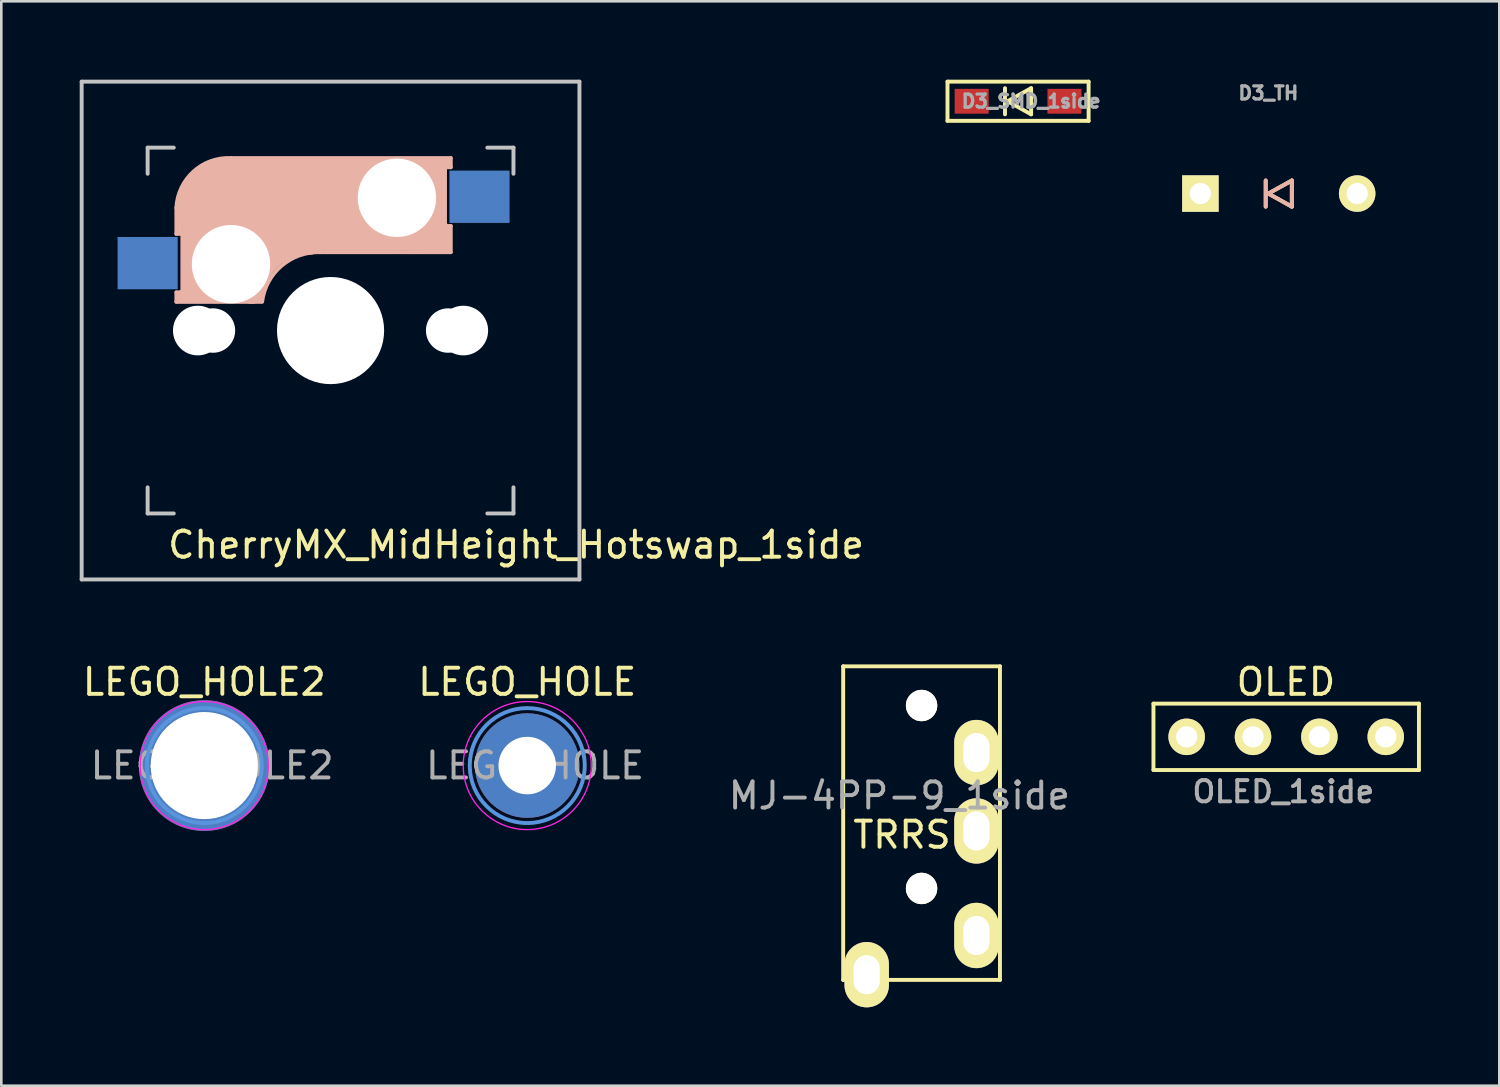
<source format=kicad_pcb>
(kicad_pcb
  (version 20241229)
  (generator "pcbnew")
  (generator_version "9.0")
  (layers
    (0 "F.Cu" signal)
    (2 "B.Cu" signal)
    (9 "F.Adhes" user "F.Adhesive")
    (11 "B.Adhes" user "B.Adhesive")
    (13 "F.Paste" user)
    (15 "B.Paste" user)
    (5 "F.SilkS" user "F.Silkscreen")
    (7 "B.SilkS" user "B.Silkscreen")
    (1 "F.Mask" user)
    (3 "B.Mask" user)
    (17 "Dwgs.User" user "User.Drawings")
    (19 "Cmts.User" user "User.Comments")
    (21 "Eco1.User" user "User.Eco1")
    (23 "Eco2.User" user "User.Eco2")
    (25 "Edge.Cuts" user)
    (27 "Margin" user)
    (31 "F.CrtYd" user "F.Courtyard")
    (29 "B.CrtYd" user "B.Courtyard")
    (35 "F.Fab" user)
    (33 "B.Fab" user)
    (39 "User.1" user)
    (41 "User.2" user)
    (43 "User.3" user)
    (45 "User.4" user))
  (footprint "LEGO_HOLE2"
    (layer "F.Cu")
    (at 4.768 26.248)
    (property "Reference" "LEGO_HOLE2" (at 0 -3.2 0) (layer "F.SilkS") (effects (font (size 1 1) (thickness 0.15))))
    (attr exclude_from_pos_files exclude_from_bom)
    (fp_circle (center 0 0) (end 2.2 0) (stroke (width 0.15) (type solid)) (fill no) (layer "Cmts.User"))
    (fp_circle (center 0 0) (end 2.45 0) (stroke (width 0.05) (type solid)) (fill no) (layer "F.CrtYd"))
    (fp_text user "${REFERENCE}" (at 0.3 0 0) (layer "F.Fab") (effects (font (size 1 1) (thickness 0.15))))
    (pad "" thru_hole circle (at 0 0) (size 5 5) (drill 4.1) (layers "*.Cu" "*.Mask")))
  (footprint "OLED_1side"
    (layer "F.Cu")
    (at 42.362 25.148)
    (property "Reference" "OLED_1side" (at 3.7 2.1 180) (layer "F.Fab") (effects (font (size 0.813 0.813) (thickness 0.15))))
    (attr through_hole)
    (fp_line (start -1.27 -1.27) (end 8.89 -1.27) (stroke (width 0.15) (type solid)) (layer "F.SilkS"))
    (fp_line (start -1.27 1.27) (end -1.27 -1.27) (stroke (width 0.15) (type solid)) (layer "F.SilkS"))
    (fp_line (start -1.27 1.27) (end 8.89 1.27) (stroke (width 0.15) (type solid)) (layer "F.SilkS"))
    (fp_line (start 8.89 -1.27) (end 8.89 1.27) (stroke (width 0.15) (type solid)) (layer "F.SilkS"))
    (fp_text user "OLED" (at 3.8 -2.1 0) (layer "F.SilkS") (effects (font (size 1 1) (thickness 0.15))))
    (pad "1" thru_hole circle (at 0 0) (size 1.397 1.397) (drill 0.813) (layers "*.Cu" "*.Mask" "F.SilkS"))
    (pad "2" thru_hole circle (at 2.54 0) (size 1.397 1.397) (drill 0.813) (layers "*.Cu" "*.Mask" "F.SilkS"))
    (pad "3" thru_hole circle (at 5.08 0) (size 1.397 1.397) (drill 0.813) (layers "*.Cu" "*.Mask" "F.SilkS"))
    (pad "4" thru_hole circle (at 7.62 0) (size 1.397 1.397) (drill 0.813) (layers "*.Cu" "*.Mask" "F.SilkS")))
  (footprint "CherryMX_MidHeight_Hotswap_1side"
    (layer "F.Cu")
    (at 9.6 9.6)
    (property "Reference" "CherryMX_MidHeight_Hotswap_1side" (at 7.1 8.2 0) (layer "F.SilkS") (effects (font (size 1 1) (thickness 0.15))))
    (attr through_hole)
    (fp_line (start -5.9 -4.7) (end -5.9 -3.7) (stroke (width 0.15) (type solid)) (layer "B.SilkS"))
    (fp_line (start -5.9 -3.7) (end -5.7 -3.7) (stroke (width 0.15) (type solid)) (layer "B.SilkS"))
    (fp_line (start -5.9 -1.1) (end -5.9 -1.46) (stroke (width 0.15) (type solid)) (layer "B.SilkS"))
    (fp_line (start -5.9 -1.1) (end -2.62 -1.1) (stroke (width 0.15) (type solid)) (layer "B.SilkS"))
    (fp_line (start -5.8 -3.8) (end -5.8 -4.7) (stroke (width 0.3) (type solid)) (layer "B.SilkS"))
    (fp_line (start -5.7 -1.46) (end -5.9 -1.46) (stroke (width 0.15) (type solid)) (layer "B.SilkS"))
    (fp_line (start -5.7 -1.3) (end -3 -1.3) (stroke (width 0.5) (type solid)) (layer "B.SilkS"))
    (fp_line (start -5.67 -3.7) (end -5.67 -1.46) (stroke (width 0.15) (type solid)) (layer "B.SilkS"))
    (fp_line (start -5.3 -1.6) (end -5.3 -3.4) (stroke (width 0.8) (type solid)) (layer "B.SilkS"))
    (fp_line (start -4.17 -5.1) (end -4.17 -2.86) (stroke (width 3) (type solid)) (layer "B.SilkS"))
    (fp_line (start -0.4 -3) (end 4.6 -3) (stroke (width 0.15) (type solid)) (layer "B.SilkS"))
    (fp_line (start 2.6 -4.8) (end -4.1 -4.8) (stroke (width 3.5) (type solid)) (layer "B.SilkS"))
    (fp_line (start 3.9 -6) (end 3.9 -3.5) (stroke (width 1) (type solid)) (layer "B.SilkS"))
    (fp_line (start 4.3 -3.3) (end 2.9 -3.3) (stroke (width 0.5) (type solid)) (layer "B.SilkS"))
    (fp_line (start 4.38 -4) (end 4.38 -6.25) (stroke (width 0.15) (type solid)) (layer "B.SilkS"))
    (fp_line (start 4.4 -6.4) (end 3 -6.4) (stroke (width 0.4) (type solid)) (layer "B.SilkS"))
    (fp_line (start 4.4 -6.25) (end 4.6 -6.25) (stroke (width 0.15) (type solid)) (layer "B.SilkS"))
    (fp_line (start 4.4 -3.9) (end 4.4 -3.2) (stroke (width 0.4) (type solid)) (layer "B.SilkS"))
    (fp_line (start 4.6 -6.6) (end -3.8 -6.6) (stroke (width 0.15) (type solid)) (layer "B.SilkS"))
    (fp_line (start 4.6 -6.25) (end 4.6 -6.6) (stroke (width 0.15) (type solid)) (layer "B.SilkS"))
    (fp_line (start 4.6 -4) (end 4.4 -4) (stroke (width 0.15) (type solid)) (layer "B.SilkS"))
    (fp_line (start 4.6 -3) (end 4.6 -4) (stroke (width 0.15) (type solid)) (layer "B.SilkS"))
    (fp_arc (start -5.9 -4.7) (mid -5.243503 -6.084924) (end -3.8 -6.6) (stroke (width 0.15) (type solid)) (layer "B.SilkS"))
    (fp_arc (start -3.016318 -1.521471) (mid -2.268709 -2.886118) (end -0.8 -3.4) (stroke (width 1) (type solid)) (layer "B.SilkS"))
    (fp_arc (start -2.616318 -1.12147) (mid -1.868709 -2.486117) (end -0.400001 -3) (stroke (width 0.15) (type solid)) (layer "B.SilkS"))
    (fp_line (start -9.525 -9.525) (end 9.525 -9.525) (stroke (width 0.15) (type solid)) (layer "Dwgs.User"))
    (fp_line (start -9.525 9.525) (end -9.525 -9.525) (stroke (width 0.15) (type solid)) (layer "Dwgs.User"))
    (fp_line (start -7 -7) (end -6 -7) (stroke (width 0.15) (type solid)) (layer "Dwgs.User"))
    (fp_line (start -7 -6) (end -7 -7) (stroke (width 0.15) (type solid)) (layer "Dwgs.User"))
    (fp_line (start -7 6) (end -7 7) (stroke (width 0.15) (type solid)) (layer "Dwgs.User"))
    (fp_line (start -7 7) (end -6 7) (stroke (width 0.15) (type solid)) (layer "Dwgs.User"))
    (fp_line (start 6 7) (end 7 7) (stroke (width 0.15) (type solid)) (layer "Dwgs.User"))
    (fp_line (start 7 -7) (end 6 -7) (stroke (width 0.15) (type solid)) (layer "Dwgs.User"))
    (fp_line (start 7 -7) (end 7 -6) (stroke (width 0.15) (type solid)) (layer "Dwgs.User"))
    (fp_line (start 7 7) (end 7 6) (stroke (width 0.15) (type solid)) (layer "Dwgs.User"))
    (fp_line (start 9.525 -9.525) (end 9.525 9.525) (stroke (width 0.15) (type solid)) (layer "Dwgs.User"))
    (fp_line (start 9.525 9.525) (end -9.525 9.525) (stroke (width 0.15) (type solid)) (layer "Dwgs.User"))
    (pad "" np_thru_hole circle (at -5.08 0) (size 1.9 1.9) (drill 1.9) (layers "*.Cu" "*.Mask"))
    (pad "" np_thru_hole circle (at -4.5 0) (size 1.7 1.7) (drill 1.7) (layers "*.Cu" "*.Mask"))
    (pad "" np_thru_hole circle (at -3.81 -2.54 180) (size 3 3) (drill 3) (layers "*.Cu" "*.Mask"))
    (pad "" np_thru_hole circle (at 0 0 90) (size 4.1 4.1) (drill 4.1) (layers "*.Cu" "*.Mask"))
    (pad "" np_thru_hole circle (at 2.54 -5.08 180) (size 3 3) (drill 3) (layers "*.Cu" "*.Mask"))
    (pad "" np_thru_hole circle (at 4.5 0) (size 1.7 1.7) (drill 1.7) (layers "*.Cu" "*.Mask"))
    (pad "" np_thru_hole circle (at 5.08 0) (size 1.9 1.9) (drill 1.9) (layers "*.Cu" "*.Mask"))
    (pad "1" smd rect (at -7 -2.58 180) (size 2.3 2) (layers "B.Cu" "B.Mask" "B.Paste"))
    (pad "2" smd rect (at 5.7 -5.12 180) (size 2.3 2) (layers "B.Cu" "B.Mask" "B.Paste")))
  (footprint "MJ-4PP-9_1side"
    (layer "F.Cu")
    (at 32.218 22.45)
    (property "Reference" "MJ-4PP-9_1side" (at -0.85 4.95 0) (layer "F.Fab") (effects (font (size 1 1) (thickness 0.15))))
    (attr through_hole)
    (fp_line (start -3 0) (end 3 0) (stroke (width 0.15) (type solid)) (layer "F.SilkS"))
    (fp_line (start -3 12) (end -3 0) (stroke (width 0.15) (type solid)) (layer "F.SilkS"))
    (fp_line (start 3 0) (end 3 12) (stroke (width 0.15) (type solid)) (layer "F.SilkS"))
    (fp_line (start 3 12) (end -3 12) (stroke (width 0.15) (type solid)) (layer "F.SilkS"))
    (fp_text user "TRRS" (at -0.75 6.45 0) (layer "F.SilkS") (effects (font (size 1 1) (thickness 0.15))))
    (pad "" np_thru_hole circle (at 0 1.5) (size 1.2 1.2) (drill 1.2) (layers "*.Cu" "*.Mask" "F.SilkS"))
    (pad "" np_thru_hole circle (at 0 8.5) (size 1.2 1.2) (drill 1.2) (layers "*.Cu" "*.Mask" "F.SilkS"))
    (pad "A" thru_hole oval (at -2.1 11.8) (size 1.7 2.5) (drill oval 1 1.5) (layers "*.Cu" "*.Mask" "F.SilkS"))
    (pad "B" thru_hole oval (at 2.1 3.3) (size 1.7 2.5) (drill oval 1 1.5) (layers "*.Cu" "*.Mask" "F.SilkS"))
    (pad "C" thru_hole oval (at 2.1 6.3) (size 1.7 2.5) (drill oval 1 1.5) (layers "*.Cu" "*.Mask" "F.SilkS"))
    (pad "D" thru_hole oval (at 2.1 10.3) (size 1.7 2.5) (drill oval 1 1.5) (layers "*.Cu" "*.Mask" "F.SilkS")))
  (footprint "LEGO_HOLE"
    (layer "F.Cu")
    (at 17.127 26.248)
    (property "Reference" "LEGO_HOLE" (at 0 -3.2 0) (layer "F.SilkS") (effects (font (size 1 1) (thickness 0.15))))
    (attr exclude_from_pos_files exclude_from_bom)
    (fp_circle (center 0 0) (end 2.2 0) (stroke (width 0.15) (type solid)) (fill no) (layer "Cmts.User"))
    (fp_circle (center 0 0) (end 2.45 0) (stroke (width 0.05) (type solid)) (fill no) (layer "F.CrtYd"))
    (fp_text user "${REFERENCE}" (at 0.3 0 0) (layer "F.Fab") (effects (font (size 1 1) (thickness 0.15))))
    (pad "" thru_hole circle (at 0 0) (size 4 4) (drill 2.2) (layers "*.Cu" "*.Mask")))
  (footprint "D3_SMD_1side"
    (layer "F.Cu")
    (at 35.91 0.825)
    (property "Reference" "D3_SMD_1side" (at 0.5 0 0) (layer "F.Fab") (effects (font (size 0.5 0.5) (thickness 0.125))))
    (attr through_hole)
    (fp_line (start -2.7 -0.75) (end -2.7 0.75) (stroke (width 0.15) (type solid)) (layer "F.SilkS"))
    (fp_line (start -2.7 0.75) (end 2.7 0.75) (stroke (width 0.15) (type solid)) (layer "F.SilkS"))
    (fp_line (start -0.5 -0.5) (end -0.5 0.5) (stroke (width 0.15) (type solid)) (layer "F.SilkS"))
    (fp_line (start -0.4 0) (end 0.5 -0.5) (stroke (width 0.15) (type solid)) (layer "F.SilkS"))
    (fp_line (start 0.5 -0.5) (end 0.5 0.5) (stroke (width 0.15) (type solid)) (layer "F.SilkS"))
    (fp_line (start 0.5 0.5) (end -0.4 0) (stroke (width 0.15) (type solid)) (layer "F.SilkS"))
    (fp_line (start 2.7 -0.75) (end -2.7 -0.75) (stroke (width 0.15) (type solid)) (layer "F.SilkS"))
    (fp_line (start 2.7 -0.75) (end 2.7 0.75) (stroke (width 0.15) (type solid)) (layer "F.SilkS"))
    (pad "1" smd rect (at -1.775 0) (size 1.3 0.95) (layers "F.Cu" "F.Mask" "F.Paste"))
    (pad "2" smd rect (at 1.775 0) (size 1.3 0.95) (layers "F.Cu" "F.Mask" "F.Paste")))
  (footprint "D3_TH"
    (layer "F.Cu")
    (at 45.888 4.358)
    (property "Reference" "D3_TH" (at -0.399 -3.846 0) (layer "F.Fab") (effects (font (size 0.5 0.5) (thickness 0.125))))
    (attr through_hole)
    (fp_line (start -0.5 -0.5) (end -0.5 0.5) (stroke (width 0.15) (type solid)) (layer "F.SilkS"))
    (fp_line (start -0.4 0) (end 0.5 -0.5) (stroke (width 0.15) (type solid)) (layer "F.SilkS"))
    (fp_line (start 0.5 -0.5) (end 0.5 0.5) (stroke (width 0.15) (type solid)) (layer "F.SilkS"))
    (fp_line (start 0.5 0.5) (end -0.4 0) (stroke (width 0.15) (type solid)) (layer "F.SilkS"))
    (fp_line (start -0.5 -0.5) (end -0.5 0.5) (stroke (width 0.15) (type solid)) (layer "B.SilkS"))
    (fp_line (start -0.4 0) (end 0.5 -0.5) (stroke (width 0.15) (type solid)) (layer "B.SilkS"))
    (fp_line (start 0.5 -0.5) (end 0.5 0.5) (stroke (width 0.15) (type solid)) (layer "B.SilkS"))
    (fp_line (start 0.5 0.5) (end -0.4 0) (stroke (width 0.15) (type solid)) (layer "B.SilkS"))
    (pad "1" thru_hole rect (at -3 0) (size 1.397 1.397) (drill 0.813) (layers "*.Cu" "*.Mask" "F.SilkS"))
    (pad "2" thru_hole circle (at 3 0) (size 1.397 1.397) (drill 0.813) (layers "*.Cu" "*.Mask" "F.SilkS")))
  (gr_rect
    (start -3 -3)
    (end 54.327 38.5)
    (stroke (width 0.1) (type default))
    (fill no)
    (layer "Edge.Cuts")))
</source>
